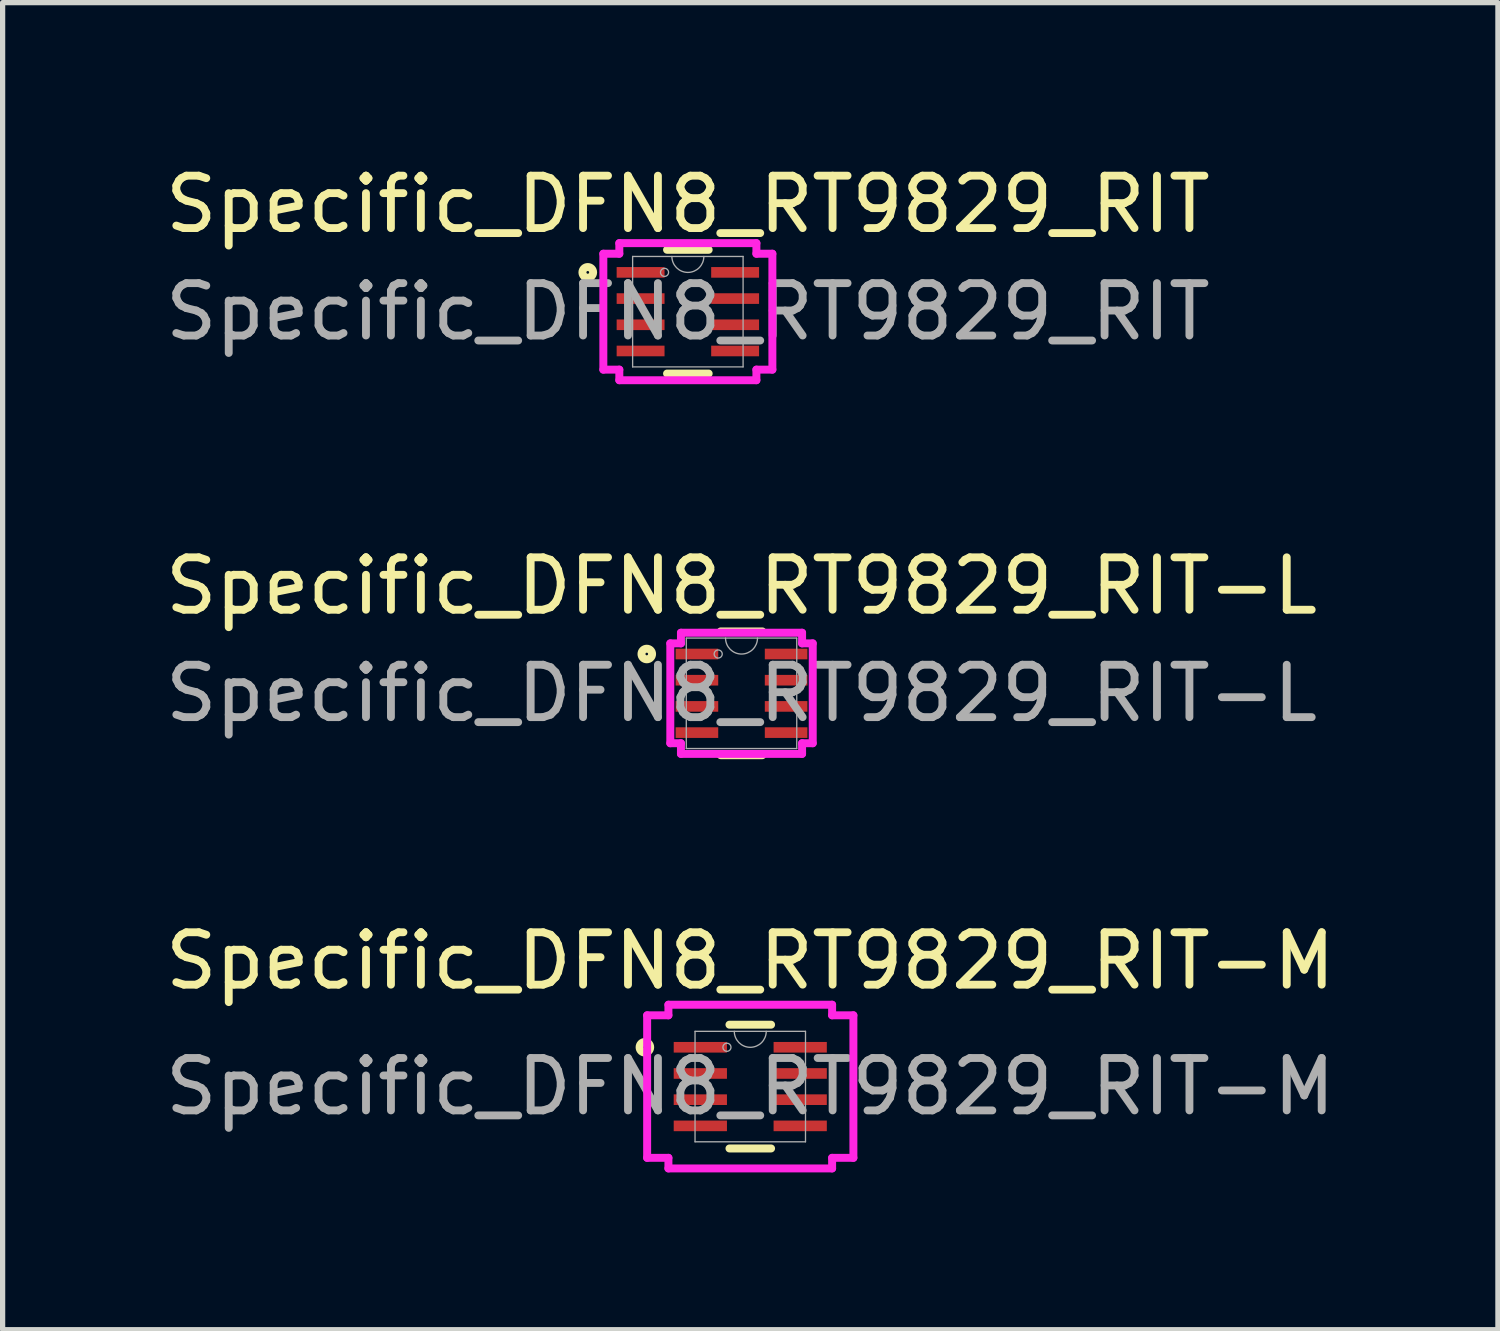
<source format=kicad_pcb>
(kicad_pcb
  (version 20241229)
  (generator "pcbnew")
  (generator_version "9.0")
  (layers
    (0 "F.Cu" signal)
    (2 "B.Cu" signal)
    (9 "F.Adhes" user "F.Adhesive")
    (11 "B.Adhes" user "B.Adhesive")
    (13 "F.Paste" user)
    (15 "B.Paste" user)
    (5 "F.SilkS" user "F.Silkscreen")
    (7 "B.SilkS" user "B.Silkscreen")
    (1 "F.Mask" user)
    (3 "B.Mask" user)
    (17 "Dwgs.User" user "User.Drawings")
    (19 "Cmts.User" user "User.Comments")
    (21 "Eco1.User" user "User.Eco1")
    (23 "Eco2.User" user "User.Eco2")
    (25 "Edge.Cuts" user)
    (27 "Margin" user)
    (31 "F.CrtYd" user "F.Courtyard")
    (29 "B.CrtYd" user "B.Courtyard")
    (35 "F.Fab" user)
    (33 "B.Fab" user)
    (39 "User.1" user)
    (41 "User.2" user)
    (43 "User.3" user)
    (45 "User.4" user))
  (footprint "Specific_DFN8_RT9829_RIT-M"
    (layer "F.Cu")
    (at 11.268 17.686)
    (property "Reference" "Specific_DFN8_RT9829_RIT-M" (at 0 -2.4 0) (unlocked yes) (layer "F.SilkS") (effects (font (size 1 1) (thickness 0.15))))
    (attr smd)
    (fp_line (start -0.397 1.181) (end 0.397 1.181) (stroke (width 0.152) (type solid)) (layer "F.SilkS"))
    (fp_line (start 0.397 -1.181) (end -0.397 -1.181) (stroke (width 0.152) (type solid)) (layer "F.SilkS"))
    (fp_circle (center -2.011 -0.75) (end -1.91 -0.75) (stroke (width 0.152) (type solid)) (fill no) (layer "F.SilkS"))
    (fp_line (start -1.968 -1.36) (end -1.562 -1.36) (stroke (width 0.152) (type solid)) (layer "F.CrtYd"))
    (fp_line (start -1.968 1.36) (end -1.968 -1.36) (stroke (width 0.152) (type solid)) (layer "F.CrtYd"))
    (fp_line (start -1.968 1.36) (end -1.562 1.36) (stroke (width 0.152) (type solid)) (layer "F.CrtYd"))
    (fp_line (start -1.562 -1.562) (end 1.562 -1.562) (stroke (width 0.152) (type solid)) (layer "F.CrtYd"))
    (fp_line (start -1.562 -1.36) (end -1.562 -1.562) (stroke (width 0.152) (type solid)) (layer "F.CrtYd"))
    (fp_line (start -1.562 1.562) (end -1.562 1.36) (stroke (width 0.152) (type solid)) (layer "F.CrtYd"))
    (fp_line (start 1.562 -1.562) (end 1.562 -1.36) (stroke (width 0.152) (type solid)) (layer "F.CrtYd"))
    (fp_line (start 1.562 1.36) (end 1.562 1.562) (stroke (width 0.152) (type solid)) (layer "F.CrtYd"))
    (fp_line (start 1.562 1.562) (end -1.562 1.562) (stroke (width 0.152) (type solid)) (layer "F.CrtYd"))
    (fp_line (start 1.968 -1.36) (end 1.562 -1.36) (stroke (width 0.152) (type solid)) (layer "F.CrtYd"))
    (fp_line (start 1.968 -1.36) (end 1.968 1.36) (stroke (width 0.152) (type solid)) (layer "F.CrtYd"))
    (fp_line (start 1.968 1.36) (end 1.562 1.36) (stroke (width 0.152) (type solid)) (layer "F.CrtYd"))
    (fp_line (start -1.054 -1.054) (end -1.054 1.054) (stroke (width 0.025) (type solid)) (layer "F.Fab"))
    (fp_line (start -1.054 1.054) (end 1.054 1.054) (stroke (width 0.025) (type solid)) (layer "F.Fab"))
    (fp_line (start 1.054 -1.054) (end -1.054 -1.054) (stroke (width 0.025) (type solid)) (layer "F.Fab"))
    (fp_line (start 1.054 1.054) (end 1.054 -1.054) (stroke (width 0.025) (type solid)) (layer "F.Fab"))
    (fp_arc (start 0.3048 -1.0541) (mid 0 -0.7493) (end -0.3048 -1.0541) (stroke (width 0.0254) (type solid)) (layer "F.Fab"))
    (fp_circle (center -0.445 -0.75) (end -0.368 -0.75) (stroke (width 0.025) (type solid)) (fill no) (layer "F.Fab"))
    (fp_text user "${REFERENCE}" (at 0 0 0) (unlocked yes) (layer "F.Fab") (effects (font (size 1 1) (thickness 0.15))))
    (pad "1" smd rect (at -0.953 -0.75) (size 1.016 0.203) (layers "F.Cu" "F.Mask" "F.Paste"))
    (pad "2" smd rect (at -0.953 -0.25) (size 1.016 0.203) (layers "F.Cu" "F.Mask" "F.Paste"))
    (pad "3" smd rect (at -0.953 0.25) (size 1.016 0.203) (layers "F.Cu" "F.Mask" "F.Paste"))
    (pad "4" smd rect (at -0.953 0.75) (size 1.016 0.203) (layers "F.Cu" "F.Mask" "F.Paste"))
    (pad "5" smd rect (at 0.953 0.75) (size 1.016 0.203) (layers "F.Cu" "F.Mask" "F.Paste"))
    (pad "6" smd rect (at 0.953 0.25) (size 1.016 0.203) (layers "F.Cu" "F.Mask" "F.Paste"))
    (pad "7" smd rect (at 0.953 -0.25) (size 1.016 0.203) (layers "F.Cu" "F.Mask" "F.Paste"))
    (pad "8" smd rect (at 0.953 -0.75) (size 1.016 0.203) (layers "F.Cu" "F.Mask" "F.Paste")))
  (footprint "Specific_DFN8_RT9829_RIT"
    (layer "F.Cu")
    (at 10.077 2.898)
    (property "Reference" "Specific_DFN8_RT9829_RIT" (at 0 -2.05 0) (unlocked yes) (layer "F.SilkS") (effects (font (size 1 1) (thickness 0.15))))
    (attr smd)
    (fp_line (start -0.397 1.181) (end 0.397 1.181) (stroke (width 0.152) (type solid)) (layer "F.SilkS"))
    (fp_line (start 0.397 -1.181) (end -0.397 -1.181) (stroke (width 0.152) (type solid)) (layer "F.SilkS"))
    (fp_circle (center -1.91 -0.75) (end -1.808 -0.75) (stroke (width 0.152) (type solid)) (fill no) (layer "F.SilkS"))
    (fp_line (start -1.613 -1.106) (end -1.308 -1.106) (stroke (width 0.152) (type solid)) (layer "F.CrtYd"))
    (fp_line (start -1.613 1.106) (end -1.613 -1.106) (stroke (width 0.152) (type solid)) (layer "F.CrtYd"))
    (fp_line (start -1.613 1.106) (end -1.308 1.106) (stroke (width 0.152) (type solid)) (layer "F.CrtYd"))
    (fp_line (start -1.308 -1.308) (end 1.308 -1.308) (stroke (width 0.152) (type solid)) (layer "F.CrtYd"))
    (fp_line (start -1.308 -1.106) (end -1.308 -1.308) (stroke (width 0.152) (type solid)) (layer "F.CrtYd"))
    (fp_line (start -1.308 1.308) (end -1.308 1.106) (stroke (width 0.152) (type solid)) (layer "F.CrtYd"))
    (fp_line (start 1.308 -1.308) (end 1.308 -1.106) (stroke (width 0.152) (type solid)) (layer "F.CrtYd"))
    (fp_line (start 1.308 1.106) (end 1.308 1.308) (stroke (width 0.152) (type solid)) (layer "F.CrtYd"))
    (fp_line (start 1.308 1.308) (end -1.308 1.308) (stroke (width 0.152) (type solid)) (layer "F.CrtYd"))
    (fp_line (start 1.613 -1.106) (end 1.308 -1.106) (stroke (width 0.152) (type solid)) (layer "F.CrtYd"))
    (fp_line (start 1.613 -1.106) (end 1.613 1.106) (stroke (width 0.152) (type solid)) (layer "F.CrtYd"))
    (fp_line (start 1.613 1.106) (end 1.308 1.106) (stroke (width 0.152) (type solid)) (layer "F.CrtYd"))
    (fp_line (start -1.054 -1.054) (end -1.054 1.054) (stroke (width 0.025) (type solid)) (layer "F.Fab"))
    (fp_line (start -1.054 1.054) (end 1.054 1.054) (stroke (width 0.025) (type solid)) (layer "F.Fab"))
    (fp_line (start 1.054 -1.054) (end -1.054 -1.054) (stroke (width 0.025) (type solid)) (layer "F.Fab"))
    (fp_line (start 1.054 1.054) (end 1.054 -1.054) (stroke (width 0.025) (type solid)) (layer "F.Fab"))
    (fp_arc (start 0.3048 -1.0541) (mid 0 -0.7493) (end -0.3048 -1.0541) (stroke (width 0.0254) (type solid)) (layer "F.Fab"))
    (fp_circle (center -0.445 -0.75) (end -0.368 -0.75) (stroke (width 0.025) (type solid)) (fill no) (layer "F.Fab"))
    (fp_text user "${REFERENCE}" (at 0 0 0) (unlocked yes) (layer "F.Fab") (effects (font (size 1 1) (thickness 0.15))))
    (pad "1" smd rect (at -0.902 -0.75) (size 0.914 0.203) (layers "F.Cu" "F.Mask" "F.Paste"))
    (pad "2" smd rect (at -0.902 -0.25) (size 0.914 0.203) (layers "F.Cu" "F.Mask" "F.Paste"))
    (pad "3" smd rect (at -0.902 0.25) (size 0.914 0.203) (layers "F.Cu" "F.Mask" "F.Paste"))
    (pad "4" smd rect (at -0.902 0.75) (size 0.914 0.203) (layers "F.Cu" "F.Mask" "F.Paste"))
    (pad "5" smd rect (at 0.902 0.75) (size 0.914 0.203) (layers "F.Cu" "F.Mask" "F.Paste"))
    (pad "6" smd rect (at 0.902 0.25) (size 0.914 0.203) (layers "F.Cu" "F.Mask" "F.Paste"))
    (pad "7" smd rect (at 0.902 -0.25) (size 0.914 0.203) (layers "F.Cu" "F.Mask" "F.Paste"))
    (pad "8" smd rect (at 0.902 -0.75) (size 0.914 0.203) (layers "F.Cu" "F.Mask" "F.Paste")))
  (footprint "Specific_DFN8_RT9829_RIT-L"
    (layer "F.Cu")
    (at 11.101 10.181)
    (property "Reference" "Specific_DFN8_RT9829_RIT-L" (at 0 -2.05 0) (unlocked yes) (layer "F.SilkS") (effects (font (size 1 1) (thickness 0.15))))
    (attr smd)
    (fp_line (start -0.397 1.181) (end 0.397 1.181) (stroke (width 0.152) (type solid)) (layer "F.SilkS"))
    (fp_line (start 0.397 -1.181) (end -0.397 -1.181) (stroke (width 0.152) (type solid)) (layer "F.SilkS"))
    (fp_circle (center -1.808 -0.75) (end -1.707 -0.75) (stroke (width 0.152) (type solid)) (fill no) (layer "F.SilkS"))
    (fp_line (start -1.359 -0.953) (end -1.156 -0.953) (stroke (width 0.152) (type solid)) (layer "F.CrtYd"))
    (fp_line (start -1.359 0.953) (end -1.359 -0.953) (stroke (width 0.152) (type solid)) (layer "F.CrtYd"))
    (fp_line (start -1.359 0.953) (end -1.156 0.953) (stroke (width 0.152) (type solid)) (layer "F.CrtYd"))
    (fp_line (start -1.156 -1.156) (end 1.156 -1.156) (stroke (width 0.152) (type solid)) (layer "F.CrtYd"))
    (fp_line (start -1.156 -0.953) (end -1.156 -1.156) (stroke (width 0.152) (type solid)) (layer "F.CrtYd"))
    (fp_line (start -1.156 1.156) (end -1.156 0.953) (stroke (width 0.152) (type solid)) (layer "F.CrtYd"))
    (fp_line (start 1.156 -1.156) (end 1.156 -0.953) (stroke (width 0.152) (type solid)) (layer "F.CrtYd"))
    (fp_line (start 1.156 0.953) (end 1.156 1.156) (stroke (width 0.152) (type solid)) (layer "F.CrtYd"))
    (fp_line (start 1.156 1.156) (end -1.156 1.156) (stroke (width 0.152) (type solid)) (layer "F.CrtYd"))
    (fp_line (start 1.359 -0.953) (end 1.156 -0.953) (stroke (width 0.152) (type solid)) (layer "F.CrtYd"))
    (fp_line (start 1.359 -0.953) (end 1.359 0.953) (stroke (width 0.152) (type solid)) (layer "F.CrtYd"))
    (fp_line (start 1.359 0.953) (end 1.156 0.953) (stroke (width 0.152) (type solid)) (layer "F.CrtYd"))
    (fp_line (start -1.054 -1.054) (end -1.054 1.054) (stroke (width 0.025) (type solid)) (layer "F.Fab"))
    (fp_line (start -1.054 1.054) (end 1.054 1.054) (stroke (width 0.025) (type solid)) (layer "F.Fab"))
    (fp_line (start 1.054 -1.054) (end -1.054 -1.054) (stroke (width 0.025) (type solid)) (layer "F.Fab"))
    (fp_line (start 1.054 1.054) (end 1.054 -1.054) (stroke (width 0.025) (type solid)) (layer "F.Fab"))
    (fp_arc (start 0.3048 -1.0541) (mid 0 -0.7493) (end -0.3048 -1.0541) (stroke (width 0.0254) (type solid)) (layer "F.Fab"))
    (fp_circle (center -0.445 -0.75) (end -0.368 -0.75) (stroke (width 0.025) (type solid)) (fill no) (layer "F.Fab"))
    (fp_text user "${REFERENCE}" (at 0 0 0) (unlocked yes) (layer "F.Fab") (effects (font (size 1 1) (thickness 0.15))))
    (pad "1" smd rect (at -0.851 -0.75) (size 0.813 0.203) (layers "F.Cu" "F.Mask" "F.Paste"))
    (pad "2" smd rect (at -0.851 -0.25) (size 0.813 0.203) (layers "F.Cu" "F.Mask" "F.Paste"))
    (pad "3" smd rect (at -0.851 0.25) (size 0.813 0.203) (layers "F.Cu" "F.Mask" "F.Paste"))
    (pad "4" smd rect (at -0.851 0.75) (size 0.813 0.203) (layers "F.Cu" "F.Mask" "F.Paste"))
    (pad "5" smd rect (at 0.851 0.75) (size 0.813 0.203) (layers "F.Cu" "F.Mask" "F.Paste"))
    (pad "6" smd rect (at 0.851 0.25) (size 0.813 0.203) (layers "F.Cu" "F.Mask" "F.Paste"))
    (pad "7" smd rect (at 0.851 -0.25) (size 0.813 0.203) (layers "F.Cu" "F.Mask" "F.Paste"))
    (pad "8" smd rect (at 0.851 -0.75) (size 0.813 0.203) (layers "F.Cu" "F.Mask" "F.Paste")))
  (gr_rect
    (start -3 -3)
    (end 25.536 22.325)
    (stroke (width 0.1) (type default))
    (fill no)
    (layer "Edge.Cuts")))
</source>
